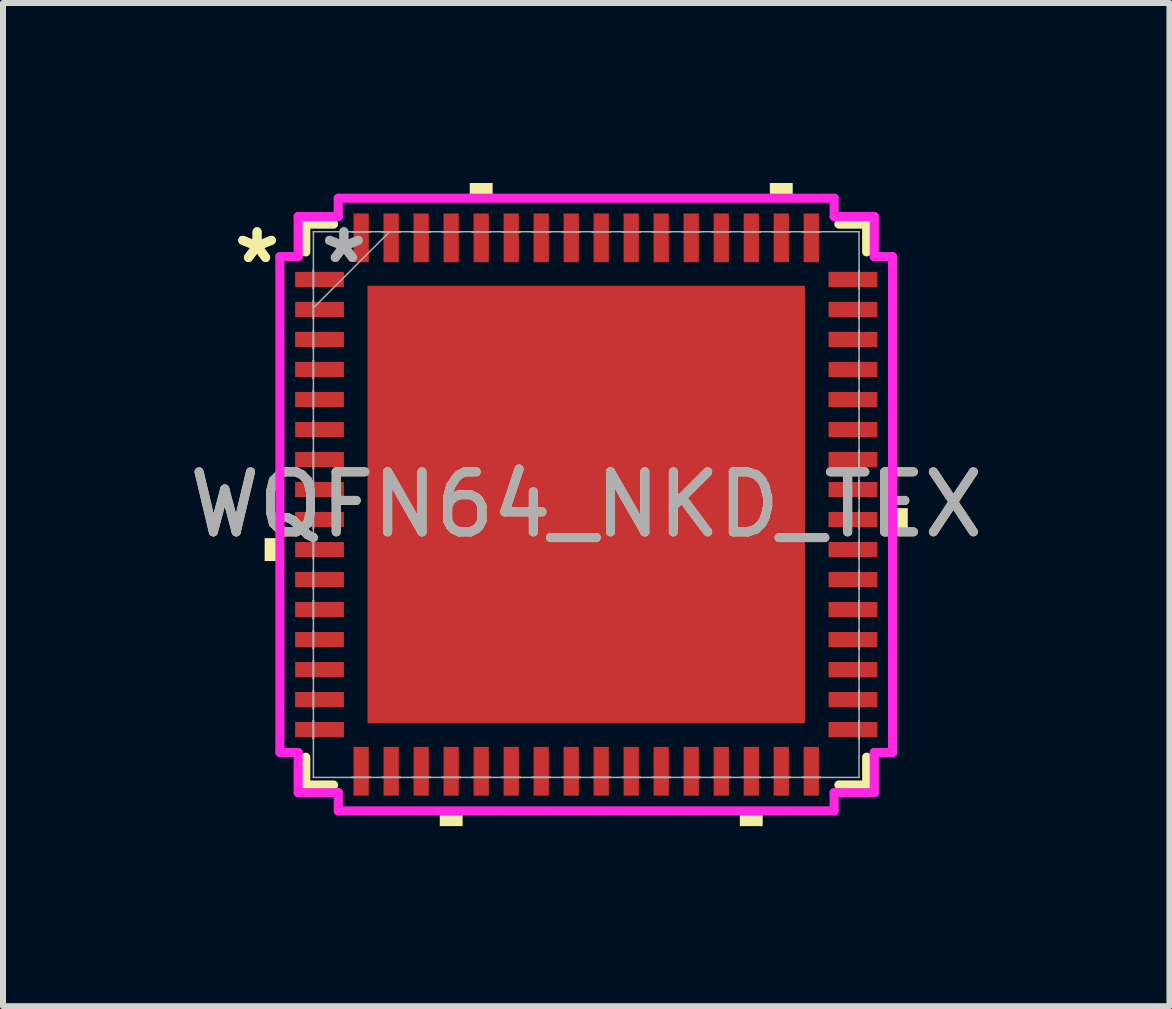
<source format=kicad_pcb>
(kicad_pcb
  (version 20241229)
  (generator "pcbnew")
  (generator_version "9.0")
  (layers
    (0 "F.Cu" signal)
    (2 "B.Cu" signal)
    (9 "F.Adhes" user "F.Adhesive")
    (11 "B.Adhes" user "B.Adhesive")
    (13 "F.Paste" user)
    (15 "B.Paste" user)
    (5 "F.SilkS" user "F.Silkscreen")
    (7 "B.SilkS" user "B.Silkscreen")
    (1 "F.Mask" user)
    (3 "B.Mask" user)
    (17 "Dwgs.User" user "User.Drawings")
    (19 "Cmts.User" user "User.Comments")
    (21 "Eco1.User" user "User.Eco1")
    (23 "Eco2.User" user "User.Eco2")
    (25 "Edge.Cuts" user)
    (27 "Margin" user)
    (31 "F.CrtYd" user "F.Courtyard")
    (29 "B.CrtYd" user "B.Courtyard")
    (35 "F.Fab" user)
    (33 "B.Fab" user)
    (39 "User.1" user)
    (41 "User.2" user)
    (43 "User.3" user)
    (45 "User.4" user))
  (footprint "WQFN64_NKD_TEX"
    (layer "F.Cu")
    (at 6.72 5.359)
    (property "Reference" "WQFN64_NKD_TEX" (at 0 0 0) (unlocked yes) (layer "F.SilkS") (effects (font (size 1 1) (thickness 0.15))))
    (attr smd)
    (fp_line (start -4.674 -4.674) (end -4.674 -4.211) (stroke (width 0.152) (type solid)) (layer "F.SilkS"))
    (fp_line (start -4.674 4.211) (end -4.674 4.674) (stroke (width 0.152) (type solid)) (layer "F.SilkS"))
    (fp_line (start -4.674 4.674) (end -4.211 4.674) (stroke (width 0.152) (type solid)) (layer "F.SilkS"))
    (fp_line (start -4.211 -4.674) (end -4.674 -4.674) (stroke (width 0.152) (type solid)) (layer "F.SilkS"))
    (fp_line (start 4.211 4.674) (end 4.674 4.674) (stroke (width 0.152) (type solid)) (layer "F.SilkS"))
    (fp_line (start 4.674 -4.674) (end 4.211 -4.674) (stroke (width 0.152) (type solid)) (layer "F.SilkS"))
    (fp_line (start 4.674 -4.211) (end 4.674 -4.674) (stroke (width 0.152) (type solid)) (layer "F.SilkS"))
    (fp_line (start 4.674 4.674) (end 4.674 4.211) (stroke (width 0.152) (type solid)) (layer "F.SilkS"))
    (fp_poly (pts (xy -5.359 0.56) (xy -5.359 0.941) (xy -5.105 0.941) (xy -5.105 0.56)) (stroke (width 0) (type solid)) (fill yes) (layer "F.SilkS"))
    (fp_poly (pts (xy -2.441 5.105) (xy -2.441 5.359) (xy -2.06 5.359) (xy -2.06 5.105)) (stroke (width 0) (type solid)) (fill yes) (layer "F.SilkS"))
    (fp_poly (pts (xy -1.941 -5.105) (xy -1.941 -5.359) (xy -1.56 -5.359) (xy -1.56 -5.105)) (stroke (width 0) (type solid)) (fill yes) (layer "F.SilkS"))
    (fp_poly (pts (xy 2.56 5.105) (xy 2.56 5.359) (xy 2.941 5.359) (xy 2.941 5.105)) (stroke (width 0) (type solid)) (fill yes) (layer "F.SilkS"))
    (fp_poly (pts (xy 3.06 -5.105) (xy 3.06 -5.359) (xy 3.441 -5.359) (xy 3.441 -5.105)) (stroke (width 0) (type solid)) (fill yes) (layer "F.SilkS"))
    (fp_poly (pts (xy 5.359 0.06) (xy 5.359 0.441) (xy 5.105 0.441) (xy 5.105 0.06)) (stroke (width 0) (type solid)) (fill yes) (layer "F.SilkS"))
    (fp_poly (pts (xy -3.545 -3.545) (xy -3.545 -2.287) (xy -2.287 -2.287) (xy -2.287 -3.545)) (stroke (width 0) (type solid)) (fill yes) (layer "F.Paste"))
    (fp_poly (pts (xy -3.545 -2.087) (xy -3.545 -0.829) (xy -2.287 -0.829) (xy -2.287 -2.087)) (stroke (width 0) (type solid)) (fill yes) (layer "F.Paste"))
    (fp_poly (pts (xy -3.545 -0.629) (xy -3.545 0.629) (xy -2.287 0.629) (xy -2.287 -0.629)) (stroke (width 0) (type solid)) (fill yes) (layer "F.Paste"))
    (fp_poly (pts (xy -3.545 0.829) (xy -3.545 2.087) (xy -2.287 2.087) (xy -2.287 0.829)) (stroke (width 0) (type solid)) (fill yes) (layer "F.Paste"))
    (fp_poly (pts (xy -3.545 2.287) (xy -3.545 3.545) (xy -2.287 3.545) (xy -2.287 2.287)) (stroke (width 0) (type solid)) (fill yes) (layer "F.Paste"))
    (fp_poly (pts (xy -2.087 -3.545) (xy -2.087 -2.287) (xy -0.829 -2.287) (xy -0.829 -3.545)) (stroke (width 0) (type solid)) (fill yes) (layer "F.Paste"))
    (fp_poly (pts (xy -2.087 -2.087) (xy -2.087 -0.829) (xy -0.829 -0.829) (xy -0.829 -2.087)) (stroke (width 0) (type solid)) (fill yes) (layer "F.Paste"))
    (fp_poly (pts (xy -2.087 -0.629) (xy -2.087 0.629) (xy -0.829 0.629) (xy -0.829 -0.629)) (stroke (width 0) (type solid)) (fill yes) (layer "F.Paste"))
    (fp_poly (pts (xy -2.087 0.829) (xy -2.087 2.087) (xy -0.829 2.087) (xy -0.829 0.829)) (stroke (width 0) (type solid)) (fill yes) (layer "F.Paste"))
    (fp_poly (pts (xy -2.087 2.287) (xy -2.087 3.545) (xy -0.829 3.545) (xy -0.829 2.287)) (stroke (width 0) (type solid)) (fill yes) (layer "F.Paste"))
    (fp_poly (pts (xy -0.629 -3.545) (xy -0.629 -2.287) (xy 0.629 -2.287) (xy 0.629 -3.545)) (stroke (width 0) (type solid)) (fill yes) (layer "F.Paste"))
    (fp_poly (pts (xy -0.629 -2.087) (xy -0.629 -0.829) (xy 0.629 -0.829) (xy 0.629 -2.087)) (stroke (width 0) (type solid)) (fill yes) (layer "F.Paste"))
    (fp_poly (pts (xy -0.629 -0.629) (xy -0.629 0.629) (xy 0.629 0.629) (xy 0.629 -0.629)) (stroke (width 0) (type solid)) (fill yes) (layer "F.Paste"))
    (fp_poly (pts (xy -0.629 0.829) (xy -0.629 2.087) (xy 0.629 2.087) (xy 0.629 0.829)) (stroke (width 0) (type solid)) (fill yes) (layer "F.Paste"))
    (fp_poly (pts (xy -0.629 2.287) (xy -0.629 3.545) (xy 0.629 3.545) (xy 0.629 2.287)) (stroke (width 0) (type solid)) (fill yes) (layer "F.Paste"))
    (fp_poly (pts (xy 0.829 -3.545) (xy 0.829 -2.287) (xy 2.087 -2.287) (xy 2.087 -3.545)) (stroke (width 0) (type solid)) (fill yes) (layer "F.Paste"))
    (fp_poly (pts (xy 0.829 -2.087) (xy 0.829 -0.829) (xy 2.087 -0.829) (xy 2.087 -2.087)) (stroke (width 0) (type solid)) (fill yes) (layer "F.Paste"))
    (fp_poly (pts (xy 0.829 -0.629) (xy 0.829 0.629) (xy 2.087 0.629) (xy 2.087 -0.629)) (stroke (width 0) (type solid)) (fill yes) (layer "F.Paste"))
    (fp_poly (pts (xy 0.829 0.829) (xy 0.829 2.087) (xy 2.087 2.087) (xy 2.087 0.829)) (stroke (width 0) (type solid)) (fill yes) (layer "F.Paste"))
    (fp_poly (pts (xy 0.829 2.287) (xy 0.829 3.545) (xy 2.087 3.545) (xy 2.087 2.287)) (stroke (width 0) (type solid)) (fill yes) (layer "F.Paste"))
    (fp_poly (pts (xy 2.287 -3.545) (xy 2.287 -2.287) (xy 3.545 -2.287) (xy 3.545 -3.545)) (stroke (width 0) (type solid)) (fill yes) (layer "F.Paste"))
    (fp_poly (pts (xy 2.287 -2.087) (xy 2.287 -0.829) (xy 3.545 -0.829) (xy 3.545 -2.087)) (stroke (width 0) (type solid)) (fill yes) (layer "F.Paste"))
    (fp_poly (pts (xy 2.287 -0.629) (xy 2.287 0.629) (xy 3.545 0.629) (xy 3.545 -0.629)) (stroke (width 0) (type solid)) (fill yes) (layer "F.Paste"))
    (fp_poly (pts (xy 2.287 0.829) (xy 2.287 2.087) (xy 3.545 2.087) (xy 3.545 0.829)) (stroke (width 0) (type solid)) (fill yes) (layer "F.Paste"))
    (fp_poly (pts (xy 2.287 2.287) (xy 2.287 3.545) (xy 3.545 3.545) (xy 3.545 2.287)) (stroke (width 0) (type solid)) (fill yes) (layer "F.Paste"))
    (fp_line (start -5.105 -4.132) (end -4.801 -4.132) (stroke (width 0.152) (type solid)) (layer "F.CrtYd"))
    (fp_line (start -5.105 4.132) (end -5.105 -4.132) (stroke (width 0.152) (type solid)) (layer "F.CrtYd"))
    (fp_line (start -4.801 -4.801) (end -4.132 -4.801) (stroke (width 0.152) (type solid)) (layer "F.CrtYd"))
    (fp_line (start -4.801 -4.132) (end -4.801 -4.801) (stroke (width 0.152) (type solid)) (layer "F.CrtYd"))
    (fp_line (start -4.801 4.132) (end -5.105 4.132) (stroke (width 0.152) (type solid)) (layer "F.CrtYd"))
    (fp_line (start -4.801 4.801) (end -4.801 4.132) (stroke (width 0.152) (type solid)) (layer "F.CrtYd"))
    (fp_line (start -4.132 -5.105) (end 4.132 -5.105) (stroke (width 0.152) (type solid)) (layer "F.CrtYd"))
    (fp_line (start -4.132 -4.801) (end -4.132 -5.105) (stroke (width 0.152) (type solid)) (layer "F.CrtYd"))
    (fp_line (start -4.132 4.801) (end -4.801 4.801) (stroke (width 0.152) (type solid)) (layer "F.CrtYd"))
    (fp_line (start -4.132 5.105) (end -4.132 4.801) (stroke (width 0.152) (type solid)) (layer "F.CrtYd"))
    (fp_line (start 4.132 -5.105) (end 4.132 -4.801) (stroke (width 0.152) (type solid)) (layer "F.CrtYd"))
    (fp_line (start 4.132 -4.801) (end 4.801 -4.801) (stroke (width 0.152) (type solid)) (layer "F.CrtYd"))
    (fp_line (start 4.132 4.801) (end 4.132 5.105) (stroke (width 0.152) (type solid)) (layer "F.CrtYd"))
    (fp_line (start 4.132 5.105) (end -4.132 5.105) (stroke (width 0.152) (type solid)) (layer "F.CrtYd"))
    (fp_line (start 4.801 -4.801) (end 4.801 -4.132) (stroke (width 0.152) (type solid)) (layer "F.CrtYd"))
    (fp_line (start 4.801 -4.132) (end 5.105 -4.132) (stroke (width 0.152) (type solid)) (layer "F.CrtYd"))
    (fp_line (start 4.801 4.132) (end 4.801 4.801) (stroke (width 0.152) (type solid)) (layer "F.CrtYd"))
    (fp_line (start 4.801 4.801) (end 4.132 4.801) (stroke (width 0.152) (type solid)) (layer "F.CrtYd"))
    (fp_line (start 5.105 -4.132) (end 5.105 4.132) (stroke (width 0.152) (type solid)) (layer "F.CrtYd"))
    (fp_line (start 5.105 4.132) (end 4.801 4.132) (stroke (width 0.152) (type solid)) (layer "F.CrtYd"))
    (fp_line (start -4.547 -4.547) (end -4.547 -4.547) (stroke (width 0.025) (type solid)) (layer "F.Fab"))
    (fp_line (start -4.547 -4.547) (end -4.547 4.547) (stroke (width 0.025) (type solid)) (layer "F.Fab"))
    (fp_line (start -4.547 -3.903) (end -4.547 -3.903) (stroke (width 0.025) (type solid)) (layer "F.Fab"))
    (fp_line (start -4.547 -3.903) (end -4.547 -3.599) (stroke (width 0.025) (type solid)) (layer "F.Fab"))
    (fp_line (start -4.547 -3.599) (end -4.547 -3.903) (stroke (width 0.025) (type solid)) (layer "F.Fab"))
    (fp_line (start -4.547 -3.599) (end -4.547 -3.599) (stroke (width 0.025) (type solid)) (layer "F.Fab"))
    (fp_line (start -4.547 -3.403) (end -4.547 -3.403) (stroke (width 0.025) (type solid)) (layer "F.Fab"))
    (fp_line (start -4.547 -3.403) (end -4.547 -3.098) (stroke (width 0.025) (type solid)) (layer "F.Fab"))
    (fp_line (start -4.547 -3.277) (end -3.277 -4.547) (stroke (width 0.025) (type solid)) (layer "F.Fab"))
    (fp_line (start -4.547 -3.098) (end -4.547 -3.403) (stroke (width 0.025) (type solid)) (layer "F.Fab"))
    (fp_line (start -4.547 -3.098) (end -4.547 -3.098) (stroke (width 0.025) (type solid)) (layer "F.Fab"))
    (fp_line (start -4.547 -2.903) (end -4.547 -2.903) (stroke (width 0.025) (type solid)) (layer "F.Fab"))
    (fp_line (start -4.547 -2.903) (end -4.547 -2.598) (stroke (width 0.025) (type solid)) (layer "F.Fab"))
    (fp_line (start -4.547 -2.598) (end -4.547 -2.903) (stroke (width 0.025) (type solid)) (layer "F.Fab"))
    (fp_line (start -4.547 -2.598) (end -4.547 -2.598) (stroke (width 0.025) (type solid)) (layer "F.Fab"))
    (fp_line (start -4.547 -2.403) (end -4.547 -2.403) (stroke (width 0.025) (type solid)) (layer "F.Fab"))
    (fp_line (start -4.547 -2.403) (end -4.547 -2.098) (stroke (width 0.025) (type solid)) (layer "F.Fab"))
    (fp_line (start -4.547 -2.098) (end -4.547 -2.403) (stroke (width 0.025) (type solid)) (layer "F.Fab"))
    (fp_line (start -4.547 -2.098) (end -4.547 -2.098) (stroke (width 0.025) (type solid)) (layer "F.Fab"))
    (fp_line (start -4.547 -1.903) (end -4.547 -1.903) (stroke (width 0.025) (type solid)) (layer "F.Fab"))
    (fp_line (start -4.547 -1.903) (end -4.547 -1.598) (stroke (width 0.025) (type solid)) (layer "F.Fab"))
    (fp_line (start -4.547 -1.598) (end -4.547 -1.903) (stroke (width 0.025) (type solid)) (layer "F.Fab"))
    (fp_line (start -4.547 -1.598) (end -4.547 -1.598) (stroke (width 0.025) (type solid)) (layer "F.Fab"))
    (fp_line (start -4.547 -1.403) (end -4.547 -1.403) (stroke (width 0.025) (type solid)) (layer "F.Fab"))
    (fp_line (start -4.547 -1.403) (end -4.547 -1.098) (stroke (width 0.025) (type solid)) (layer "F.Fab"))
    (fp_line (start -4.547 -1.098) (end -4.547 -1.403) (stroke (width 0.025) (type solid)) (layer "F.Fab"))
    (fp_line (start -4.547 -1.098) (end -4.547 -1.098) (stroke (width 0.025) (type solid)) (layer "F.Fab"))
    (fp_line (start -4.547 -0.903) (end -4.547 -0.903) (stroke (width 0.025) (type solid)) (layer "F.Fab"))
    (fp_line (start -4.547 -0.903) (end -4.547 -0.598) (stroke (width 0.025) (type solid)) (layer "F.Fab"))
    (fp_line (start -4.547 -0.598) (end -4.547 -0.903) (stroke (width 0.025) (type solid)) (layer "F.Fab"))
    (fp_line (start -4.547 -0.598) (end -4.547 -0.598) (stroke (width 0.025) (type solid)) (layer "F.Fab"))
    (fp_line (start -4.547 -0.402) (end -4.547 -0.402) (stroke (width 0.025) (type solid)) (layer "F.Fab"))
    (fp_line (start -4.547 -0.402) (end -4.547 -0.098) (stroke (width 0.025) (type solid)) (layer "F.Fab"))
    (fp_line (start -4.547 -0.098) (end -4.547 -0.402) (stroke (width 0.025) (type solid)) (layer "F.Fab"))
    (fp_line (start -4.547 -0.098) (end -4.547 -0.098) (stroke (width 0.025) (type solid)) (layer "F.Fab"))
    (fp_line (start -4.547 0.098) (end -4.547 0.098) (stroke (width 0.025) (type solid)) (layer "F.Fab"))
    (fp_line (start -4.547 0.098) (end -4.547 0.402) (stroke (width 0.025) (type solid)) (layer "F.Fab"))
    (fp_line (start -4.547 0.402) (end -4.547 0.098) (stroke (width 0.025) (type solid)) (layer "F.Fab"))
    (fp_line (start -4.547 0.402) (end -4.547 0.402) (stroke (width 0.025) (type solid)) (layer "F.Fab"))
    (fp_line (start -4.547 0.598) (end -4.547 0.598) (stroke (width 0.025) (type solid)) (layer "F.Fab"))
    (fp_line (start -4.547 0.598) (end -4.547 0.903) (stroke (width 0.025) (type solid)) (layer "F.Fab"))
    (fp_line (start -4.547 0.903) (end -4.547 0.598) (stroke (width 0.025) (type solid)) (layer "F.Fab"))
    (fp_line (start -4.547 0.903) (end -4.547 0.903) (stroke (width 0.025) (type solid)) (layer "F.Fab"))
    (fp_line (start -4.547 1.098) (end -4.547 1.098) (stroke (width 0.025) (type solid)) (layer "F.Fab"))
    (fp_line (start -4.547 1.098) (end -4.547 1.403) (stroke (width 0.025) (type solid)) (layer "F.Fab"))
    (fp_line (start -4.547 1.403) (end -4.547 1.098) (stroke (width 0.025) (type solid)) (layer "F.Fab"))
    (fp_line (start -4.547 1.403) (end -4.547 1.403) (stroke (width 0.025) (type solid)) (layer "F.Fab"))
    (fp_line (start -4.547 1.598) (end -4.547 1.598) (stroke (width 0.025) (type solid)) (layer "F.Fab"))
    (fp_line (start -4.547 1.598) (end -4.547 1.903) (stroke (width 0.025) (type solid)) (layer "F.Fab"))
    (fp_line (start -4.547 1.903) (end -4.547 1.598) (stroke (width 0.025) (type solid)) (layer "F.Fab"))
    (fp_line (start -4.547 1.903) (end -4.547 1.903) (stroke (width 0.025) (type solid)) (layer "F.Fab"))
    (fp_line (start -4.547 2.098) (end -4.547 2.098) (stroke (width 0.025) (type solid)) (layer "F.Fab"))
    (fp_line (start -4.547 2.098) (end -4.547 2.403) (stroke (width 0.025) (type solid)) (layer "F.Fab"))
    (fp_line (start -4.547 2.403) (end -4.547 2.098) (stroke (width 0.025) (type solid)) (layer "F.Fab"))
    (fp_line (start -4.547 2.403) (end -4.547 2.403) (stroke (width 0.025) (type solid)) (layer "F.Fab"))
    (fp_line (start -4.547 2.598) (end -4.547 2.598) (stroke (width 0.025) (type solid)) (layer "F.Fab"))
    (fp_line (start -4.547 2.598) (end -4.547 2.903) (stroke (width 0.025) (type solid)) (layer "F.Fab"))
    (fp_line (start -4.547 2.903) (end -4.547 2.598) (stroke (width 0.025) (type solid)) (layer "F.Fab"))
    (fp_line (start -4.547 2.903) (end -4.547 2.903) (stroke (width 0.025) (type solid)) (layer "F.Fab"))
    (fp_line (start -4.547 3.098) (end -4.547 3.098) (stroke (width 0.025) (type solid)) (layer "F.Fab"))
    (fp_line (start -4.547 3.098) (end -4.547 3.403) (stroke (width 0.025) (type solid)) (layer "F.Fab"))
    (fp_line (start -4.547 3.403) (end -4.547 3.098) (stroke (width 0.025) (type solid)) (layer "F.Fab"))
    (fp_line (start -4.547 3.403) (end -4.547 3.403) (stroke (width 0.025) (type solid)) (layer "F.Fab"))
    (fp_line (start -4.547 3.599) (end -4.547 3.599) (stroke (width 0.025) (type solid)) (layer "F.Fab"))
    (fp_line (start -4.547 3.599) (end -4.547 3.903) (stroke (width 0.025) (type solid)) (layer "F.Fab"))
    (fp_line (start -4.547 3.903) (end -4.547 3.599) (stroke (width 0.025) (type solid)) (layer "F.Fab"))
    (fp_line (start -4.547 3.903) (end -4.547 3.903) (stroke (width 0.025) (type solid)) (layer "F.Fab"))
    (fp_line (start -4.547 4.547) (end -4.547 4.547) (stroke (width 0.025) (type solid)) (layer "F.Fab"))
    (fp_line (start -4.547 4.547) (end 4.547 4.547) (stroke (width 0.025) (type solid)) (layer "F.Fab"))
    (fp_line (start -3.903 -4.547) (end -3.903 -4.547) (stroke (width 0.025) (type solid)) (layer "F.Fab"))
    (fp_line (start -3.903 -4.547) (end -3.599 -4.547) (stroke (width 0.025) (type solid)) (layer "F.Fab"))
    (fp_line (start -3.903 4.547) (end -3.903 4.547) (stroke (width 0.025) (type solid)) (layer "F.Fab"))
    (fp_line (start -3.903 4.547) (end -3.599 4.547) (stroke (width 0.025) (type solid)) (layer "F.Fab"))
    (fp_line (start -3.599 -4.547) (end -3.903 -4.547) (stroke (width 0.025) (type solid)) (layer "F.Fab"))
    (fp_line (start -3.599 -4.547) (end -3.599 -4.547) (stroke (width 0.025) (type solid)) (layer "F.Fab"))
    (fp_line (start -3.599 4.547) (end -3.903 4.547) (stroke (width 0.025) (type solid)) (layer "F.Fab"))
    (fp_line (start -3.599 4.547) (end -3.599 4.547) (stroke (width 0.025) (type solid)) (layer "F.Fab"))
    (fp_line (start -3.403 -4.547) (end -3.403 -4.547) (stroke (width 0.025) (type solid)) (layer "F.Fab"))
    (fp_line (start -3.403 -4.547) (end -3.098 -4.547) (stroke (width 0.025) (type solid)) (layer "F.Fab"))
    (fp_line (start -3.403 4.547) (end -3.403 4.547) (stroke (width 0.025) (type solid)) (layer "F.Fab"))
    (fp_line (start -3.403 4.547) (end -3.098 4.547) (stroke (width 0.025) (type solid)) (layer "F.Fab"))
    (fp_line (start -3.098 -4.547) (end -3.403 -4.547) (stroke (width 0.025) (type solid)) (layer "F.Fab"))
    (fp_line (start -3.098 -4.547) (end -3.098 -4.547) (stroke (width 0.025) (type solid)) (layer "F.Fab"))
    (fp_line (start -3.098 4.547) (end -3.403 4.547) (stroke (width 0.025) (type solid)) (layer "F.Fab"))
    (fp_line (start -3.098 4.547) (end -3.098 4.547) (stroke (width 0.025) (type solid)) (layer "F.Fab"))
    (fp_line (start -2.903 -4.547) (end -2.903 -4.547) (stroke (width 0.025) (type solid)) (layer "F.Fab"))
    (fp_line (start -2.903 -4.547) (end -2.598 -4.547) (stroke (width 0.025) (type solid)) (layer "F.Fab"))
    (fp_line (start -2.903 4.547) (end -2.903 4.547) (stroke (width 0.025) (type solid)) (layer "F.Fab"))
    (fp_line (start -2.903 4.547) (end -2.598 4.547) (stroke (width 0.025) (type solid)) (layer "F.Fab"))
    (fp_line (start -2.598 -4.547) (end -2.903 -4.547) (stroke (width 0.025) (type solid)) (layer "F.Fab"))
    (fp_line (start -2.598 -4.547) (end -2.598 -4.547) (stroke (width 0.025) (type solid)) (layer "F.Fab"))
    (fp_line (start -2.598 4.547) (end -2.903 4.547) (stroke (width 0.025) (type solid)) (layer "F.Fab"))
    (fp_line (start -2.598 4.547) (end -2.598 4.547) (stroke (width 0.025) (type solid)) (layer "F.Fab"))
    (fp_line (start -2.403 -4.547) (end -2.403 -4.547) (stroke (width 0.025) (type solid)) (layer "F.Fab"))
    (fp_line (start -2.403 -4.547) (end -2.098 -4.547) (stroke (width 0.025) (type solid)) (layer "F.Fab"))
    (fp_line (start -2.403 4.547) (end -2.403 4.547) (stroke (width 0.025) (type solid)) (layer "F.Fab"))
    (fp_line (start -2.403 4.547) (end -2.098 4.547) (stroke (width 0.025) (type solid)) (layer "F.Fab"))
    (fp_line (start -2.098 -4.547) (end -2.403 -4.547) (stroke (width 0.025) (type solid)) (layer "F.Fab"))
    (fp_line (start -2.098 -4.547) (end -2.098 -4.547) (stroke (width 0.025) (type solid)) (layer "F.Fab"))
    (fp_line (start -2.098 4.547) (end -2.403 4.547) (stroke (width 0.025) (type solid)) (layer "F.Fab"))
    (fp_line (start -2.098 4.547) (end -2.098 4.547) (stroke (width 0.025) (type solid)) (layer "F.Fab"))
    (fp_line (start -1.903 -4.547) (end -1.903 -4.547) (stroke (width 0.025) (type solid)) (layer "F.Fab"))
    (fp_line (start -1.903 -4.547) (end -1.598 -4.547) (stroke (width 0.025) (type solid)) (layer "F.Fab"))
    (fp_line (start -1.903 4.547) (end -1.903 4.547) (stroke (width 0.025) (type solid)) (layer "F.Fab"))
    (fp_line (start -1.903 4.547) (end -1.598 4.547) (stroke (width 0.025) (type solid)) (layer "F.Fab"))
    (fp_line (start -1.598 -4.547) (end -1.903 -4.547) (stroke (width 0.025) (type solid)) (layer "F.Fab"))
    (fp_line (start -1.598 -4.547) (end -1.598 -4.547) (stroke (width 0.025) (type solid)) (layer "F.Fab"))
    (fp_line (start -1.598 4.547) (end -1.903 4.547) (stroke (width 0.025) (type solid)) (layer "F.Fab"))
    (fp_line (start -1.598 4.547) (end -1.598 4.547) (stroke (width 0.025) (type solid)) (layer "F.Fab"))
    (fp_line (start -1.403 -4.547) (end -1.403 -4.547) (stroke (width 0.025) (type solid)) (layer "F.Fab"))
    (fp_line (start -1.403 -4.547) (end -1.098 -4.547) (stroke (width 0.025) (type solid)) (layer "F.Fab"))
    (fp_line (start -1.403 4.547) (end -1.403 4.547) (stroke (width 0.025) (type solid)) (layer "F.Fab"))
    (fp_line (start -1.403 4.547) (end -1.098 4.547) (stroke (width 0.025) (type solid)) (layer "F.Fab"))
    (fp_line (start -1.098 -4.547) (end -1.403 -4.547) (stroke (width 0.025) (type solid)) (layer "F.Fab"))
    (fp_line (start -1.098 -4.547) (end -1.098 -4.547) (stroke (width 0.025) (type solid)) (layer "F.Fab"))
    (fp_line (start -1.098 4.547) (end -1.403 4.547) (stroke (width 0.025) (type solid)) (layer "F.Fab"))
    (fp_line (start -1.098 4.547) (end -1.098 4.547) (stroke (width 0.025) (type solid)) (layer "F.Fab"))
    (fp_line (start -0.903 -4.547) (end -0.903 -4.547) (stroke (width 0.025) (type solid)) (layer "F.Fab"))
    (fp_line (start -0.903 -4.547) (end -0.598 -4.547) (stroke (width 0.025) (type solid)) (layer "F.Fab"))
    (fp_line (start -0.903 4.547) (end -0.903 4.547) (stroke (width 0.025) (type solid)) (layer "F.Fab"))
    (fp_line (start -0.903 4.547) (end -0.598 4.547) (stroke (width 0.025) (type solid)) (layer "F.Fab"))
    (fp_line (start -0.598 -4.547) (end -0.903 -4.547) (stroke (width 0.025) (type solid)) (layer "F.Fab"))
    (fp_line (start -0.598 -4.547) (end -0.598 -4.547) (stroke (width 0.025) (type solid)) (layer "F.Fab"))
    (fp_line (start -0.598 4.547) (end -0.903 4.547) (stroke (width 0.025) (type solid)) (layer "F.Fab"))
    (fp_line (start -0.598 4.547) (end -0.598 4.547) (stroke (width 0.025) (type solid)) (layer "F.Fab"))
    (fp_line (start -0.402 -4.547) (end -0.402 -4.547) (stroke (width 0.025) (type solid)) (layer "F.Fab"))
    (fp_line (start -0.402 -4.547) (end -0.098 -4.547) (stroke (width 0.025) (type solid)) (layer "F.Fab"))
    (fp_line (start -0.402 4.547) (end -0.402 4.547) (stroke (width 0.025) (type solid)) (layer "F.Fab"))
    (fp_line (start -0.402 4.547) (end -0.098 4.547) (stroke (width 0.025) (type solid)) (layer "F.Fab"))
    (fp_line (start -0.098 -4.547) (end -0.402 -4.547) (stroke (width 0.025) (type solid)) (layer "F.Fab"))
    (fp_line (start -0.098 -4.547) (end -0.098 -4.547) (stroke (width 0.025) (type solid)) (layer "F.Fab"))
    (fp_line (start -0.098 4.547) (end -0.402 4.547) (stroke (width 0.025) (type solid)) (layer "F.Fab"))
    (fp_line (start -0.098 4.547) (end -0.098 4.547) (stroke (width 0.025) (type solid)) (layer "F.Fab"))
    (fp_line (start 0.098 -4.547) (end 0.098 -4.547) (stroke (width 0.025) (type solid)) (layer "F.Fab"))
    (fp_line (start 0.098 -4.547) (end 0.402 -4.547) (stroke (width 0.025) (type solid)) (layer "F.Fab"))
    (fp_line (start 0.098 4.547) (end 0.098 4.547) (stroke (width 0.025) (type solid)) (layer "F.Fab"))
    (fp_line (start 0.098 4.547) (end 0.402 4.547) (stroke (width 0.025) (type solid)) (layer "F.Fab"))
    (fp_line (start 0.402 -4.547) (end 0.098 -4.547) (stroke (width 0.025) (type solid)) (layer "F.Fab"))
    (fp_line (start 0.402 -4.547) (end 0.402 -4.547) (stroke (width 0.025) (type solid)) (layer "F.Fab"))
    (fp_line (start 0.402 4.547) (end 0.098 4.547) (stroke (width 0.025) (type solid)) (layer "F.Fab"))
    (fp_line (start 0.402 4.547) (end 0.402 4.547) (stroke (width 0.025) (type solid)) (layer "F.Fab"))
    (fp_line (start 0.598 -4.547) (end 0.598 -4.547) (stroke (width 0.025) (type solid)) (layer "F.Fab"))
    (fp_line (start 0.598 -4.547) (end 0.903 -4.547) (stroke (width 0.025) (type solid)) (layer "F.Fab"))
    (fp_line (start 0.598 4.547) (end 0.598 4.547) (stroke (width 0.025) (type solid)) (layer "F.Fab"))
    (fp_line (start 0.598 4.547) (end 0.903 4.547) (stroke (width 0.025) (type solid)) (layer "F.Fab"))
    (fp_line (start 0.903 -4.547) (end 0.598 -4.547) (stroke (width 0.025) (type solid)) (layer "F.Fab"))
    (fp_line (start 0.903 -4.547) (end 0.903 -4.547) (stroke (width 0.025) (type solid)) (layer "F.Fab"))
    (fp_line (start 0.903 4.547) (end 0.598 4.547) (stroke (width 0.025) (type solid)) (layer "F.Fab"))
    (fp_line (start 0.903 4.547) (end 0.903 4.547) (stroke (width 0.025) (type solid)) (layer "F.Fab"))
    (fp_line (start 1.098 -4.547) (end 1.098 -4.547) (stroke (width 0.025) (type solid)) (layer "F.Fab"))
    (fp_line (start 1.098 -4.547) (end 1.403 -4.547) (stroke (width 0.025) (type solid)) (layer "F.Fab"))
    (fp_line (start 1.098 4.547) (end 1.098 4.547) (stroke (width 0.025) (type solid)) (layer "F.Fab"))
    (fp_line (start 1.098 4.547) (end 1.403 4.547) (stroke (width 0.025) (type solid)) (layer "F.Fab"))
    (fp_line (start 1.403 -4.547) (end 1.098 -4.547) (stroke (width 0.025) (type solid)) (layer "F.Fab"))
    (fp_line (start 1.403 -4.547) (end 1.403 -4.547) (stroke (width 0.025) (type solid)) (layer "F.Fab"))
    (fp_line (start 1.403 4.547) (end 1.098 4.547) (stroke (width 0.025) (type solid)) (layer "F.Fab"))
    (fp_line (start 1.403 4.547) (end 1.403 4.547) (stroke (width 0.025) (type solid)) (layer "F.Fab"))
    (fp_line (start 1.598 -4.547) (end 1.598 -4.547) (stroke (width 0.025) (type solid)) (layer "F.Fab"))
    (fp_line (start 1.598 -4.547) (end 1.903 -4.547) (stroke (width 0.025) (type solid)) (layer "F.Fab"))
    (fp_line (start 1.598 4.547) (end 1.598 4.547) (stroke (width 0.025) (type solid)) (layer "F.Fab"))
    (fp_line (start 1.598 4.547) (end 1.903 4.547) (stroke (width 0.025) (type solid)) (layer "F.Fab"))
    (fp_line (start 1.903 -4.547) (end 1.598 -4.547) (stroke (width 0.025) (type solid)) (layer "F.Fab"))
    (fp_line (start 1.903 -4.547) (end 1.903 -4.547) (stroke (width 0.025) (type solid)) (layer "F.Fab"))
    (fp_line (start 1.903 4.547) (end 1.598 4.547) (stroke (width 0.025) (type solid)) (layer "F.Fab"))
    (fp_line (start 1.903 4.547) (end 1.903 4.547) (stroke (width 0.025) (type solid)) (layer "F.Fab"))
    (fp_line (start 2.098 -4.547) (end 2.098 -4.547) (stroke (width 0.025) (type solid)) (layer "F.Fab"))
    (fp_line (start 2.098 -4.547) (end 2.403 -4.547) (stroke (width 0.025) (type solid)) (layer "F.Fab"))
    (fp_line (start 2.098 4.547) (end 2.098 4.547) (stroke (width 0.025) (type solid)) (layer "F.Fab"))
    (fp_line (start 2.098 4.547) (end 2.403 4.547) (stroke (width 0.025) (type solid)) (layer "F.Fab"))
    (fp_line (start 2.403 -4.547) (end 2.098 -4.547) (stroke (width 0.025) (type solid)) (layer "F.Fab"))
    (fp_line (start 2.403 -4.547) (end 2.403 -4.547) (stroke (width 0.025) (type solid)) (layer "F.Fab"))
    (fp_line (start 2.403 4.547) (end 2.098 4.547) (stroke (width 0.025) (type solid)) (layer "F.Fab"))
    (fp_line (start 2.403 4.547) (end 2.403 4.547) (stroke (width 0.025) (type solid)) (layer "F.Fab"))
    (fp_line (start 2.598 -4.547) (end 2.598 -4.547) (stroke (width 0.025) (type solid)) (layer "F.Fab"))
    (fp_line (start 2.598 -4.547) (end 2.903 -4.547) (stroke (width 0.025) (type solid)) (layer "F.Fab"))
    (fp_line (start 2.598 4.547) (end 2.598 4.547) (stroke (width 0.025) (type solid)) (layer "F.Fab"))
    (fp_line (start 2.598 4.547) (end 2.903 4.547) (stroke (width 0.025) (type solid)) (layer "F.Fab"))
    (fp_line (start 2.903 -4.547) (end 2.598 -4.547) (stroke (width 0.025) (type solid)) (layer "F.Fab"))
    (fp_line (start 2.903 -4.547) (end 2.903 -4.547) (stroke (width 0.025) (type solid)) (layer "F.Fab"))
    (fp_line (start 2.903 4.547) (end 2.598 4.547) (stroke (width 0.025) (type solid)) (layer "F.Fab"))
    (fp_line (start 2.903 4.547) (end 2.903 4.547) (stroke (width 0.025) (type solid)) (layer "F.Fab"))
    (fp_line (start 3.098 -4.547) (end 3.098 -4.547) (stroke (width 0.025) (type solid)) (layer "F.Fab"))
    (fp_line (start 3.098 -4.547) (end 3.403 -4.547) (stroke (width 0.025) (type solid)) (layer "F.Fab"))
    (fp_line (start 3.098 4.547) (end 3.098 4.547) (stroke (width 0.025) (type solid)) (layer "F.Fab"))
    (fp_line (start 3.098 4.547) (end 3.403 4.547) (stroke (width 0.025) (type solid)) (layer "F.Fab"))
    (fp_line (start 3.403 -4.547) (end 3.098 -4.547) (stroke (width 0.025) (type solid)) (layer "F.Fab"))
    (fp_line (start 3.403 -4.547) (end 3.403 -4.547) (stroke (width 0.025) (type solid)) (layer "F.Fab"))
    (fp_line (start 3.403 4.547) (end 3.098 4.547) (stroke (width 0.025) (type solid)) (layer "F.Fab"))
    (fp_line (start 3.403 4.547) (end 3.403 4.547) (stroke (width 0.025) (type solid)) (layer "F.Fab"))
    (fp_line (start 3.599 -4.547) (end 3.599 -4.547) (stroke (width 0.025) (type solid)) (layer "F.Fab"))
    (fp_line (start 3.599 -4.547) (end 3.903 -4.547) (stroke (width 0.025) (type solid)) (layer "F.Fab"))
    (fp_line (start 3.599 4.547) (end 3.599 4.547) (stroke (width 0.025) (type solid)) (layer "F.Fab"))
    (fp_line (start 3.599 4.547) (end 3.903 4.547) (stroke (width 0.025) (type solid)) (layer "F.Fab"))
    (fp_line (start 3.903 -4.547) (end 3.599 -4.547) (stroke (width 0.025) (type solid)) (layer "F.Fab"))
    (fp_line (start 3.903 -4.547) (end 3.903 -4.547) (stroke (width 0.025) (type solid)) (layer "F.Fab"))
    (fp_line (start 3.903 4.547) (end 3.599 4.547) (stroke (width 0.025) (type solid)) (layer "F.Fab"))
    (fp_line (start 3.903 4.547) (end 3.903 4.547) (stroke (width 0.025) (type solid)) (layer "F.Fab"))
    (fp_line (start 4.547 -4.547) (end -4.547 -4.547) (stroke (width 0.025) (type solid)) (layer "F.Fab"))
    (fp_line (start 4.547 -4.547) (end 4.547 -4.547) (stroke (width 0.025) (type solid)) (layer "F.Fab"))
    (fp_line (start 4.547 -3.903) (end 4.547 -3.903) (stroke (width 0.025) (type solid)) (layer "F.Fab"))
    (fp_line (start 4.547 -3.903) (end 4.547 -3.599) (stroke (width 0.025) (type solid)) (layer "F.Fab"))
    (fp_line (start 4.547 -3.599) (end 4.547 -3.903) (stroke (width 0.025) (type solid)) (layer "F.Fab"))
    (fp_line (start 4.547 -3.599) (end 4.547 -3.599) (stroke (width 0.025) (type solid)) (layer "F.Fab"))
    (fp_line (start 4.547 -3.403) (end 4.547 -3.403) (stroke (width 0.025) (type solid)) (layer "F.Fab"))
    (fp_line (start 4.547 -3.403) (end 4.547 -3.098) (stroke (width 0.025) (type solid)) (layer "F.Fab"))
    (fp_line (start 4.547 -3.098) (end 4.547 -3.403) (stroke (width 0.025) (type solid)) (layer "F.Fab"))
    (fp_line (start 4.547 -3.098) (end 4.547 -3.098) (stroke (width 0.025) (type solid)) (layer "F.Fab"))
    (fp_line (start 4.547 -2.903) (end 4.547 -2.903) (stroke (width 0.025) (type solid)) (layer "F.Fab"))
    (fp_line (start 4.547 -2.903) (end 4.547 -2.598) (stroke (width 0.025) (type solid)) (layer "F.Fab"))
    (fp_line (start 4.547 -2.598) (end 4.547 -2.903) (stroke (width 0.025) (type solid)) (layer "F.Fab"))
    (fp_line (start 4.547 -2.598) (end 4.547 -2.598) (stroke (width 0.025) (type solid)) (layer "F.Fab"))
    (fp_line (start 4.547 -2.403) (end 4.547 -2.403) (stroke (width 0.025) (type solid)) (layer "F.Fab"))
    (fp_line (start 4.547 -2.403) (end 4.547 -2.098) (stroke (width 0.025) (type solid)) (layer "F.Fab"))
    (fp_line (start 4.547 -2.098) (end 4.547 -2.403) (stroke (width 0.025) (type solid)) (layer "F.Fab"))
    (fp_line (start 4.547 -2.098) (end 4.547 -2.098) (stroke (width 0.025) (type solid)) (layer "F.Fab"))
    (fp_line (start 4.547 -1.903) (end 4.547 -1.903) (stroke (width 0.025) (type solid)) (layer "F.Fab"))
    (fp_line (start 4.547 -1.903) (end 4.547 -1.598) (stroke (width 0.025) (type solid)) (layer "F.Fab"))
    (fp_line (start 4.547 -1.598) (end 4.547 -1.903) (stroke (width 0.025) (type solid)) (layer "F.Fab"))
    (fp_line (start 4.547 -1.598) (end 4.547 -1.598) (stroke (width 0.025) (type solid)) (layer "F.Fab"))
    (fp_line (start 4.547 -1.403) (end 4.547 -1.403) (stroke (width 0.025) (type solid)) (layer "F.Fab"))
    (fp_line (start 4.547 -1.403) (end 4.547 -1.098) (stroke (width 0.025) (type solid)) (layer "F.Fab"))
    (fp_line (start 4.547 -1.098) (end 4.547 -1.403) (stroke (width 0.025) (type solid)) (layer "F.Fab"))
    (fp_line (start 4.547 -1.098) (end 4.547 -1.098) (stroke (width 0.025) (type solid)) (layer "F.Fab"))
    (fp_line (start 4.547 -0.903) (end 4.547 -0.903) (stroke (width 0.025) (type solid)) (layer "F.Fab"))
    (fp_line (start 4.547 -0.903) (end 4.547 -0.598) (stroke (width 0.025) (type solid)) (layer "F.Fab"))
    (fp_line (start 4.547 -0.598) (end 4.547 -0.903) (stroke (width 0.025) (type solid)) (layer "F.Fab"))
    (fp_line (start 4.547 -0.598) (end 4.547 -0.598) (stroke (width 0.025) (type solid)) (layer "F.Fab"))
    (fp_line (start 4.547 -0.402) (end 4.547 -0.402) (stroke (width 0.025) (type solid)) (layer "F.Fab"))
    (fp_line (start 4.547 -0.402) (end 4.547 -0.098) (stroke (width 0.025) (type solid)) (layer "F.Fab"))
    (fp_line (start 4.547 -0.098) (end 4.547 -0.402) (stroke (width 0.025) (type solid)) (layer "F.Fab"))
    (fp_line (start 4.547 -0.098) (end 4.547 -0.098) (stroke (width 0.025) (type solid)) (layer "F.Fab"))
    (fp_line (start 4.547 0.098) (end 4.547 0.098) (stroke (width 0.025) (type solid)) (layer "F.Fab"))
    (fp_line (start 4.547 0.098) (end 4.547 0.402) (stroke (width 0.025) (type solid)) (layer "F.Fab"))
    (fp_line (start 4.547 0.402) (end 4.547 0.098) (stroke (width 0.025) (type solid)) (layer "F.Fab"))
    (fp_line (start 4.547 0.402) (end 4.547 0.402) (stroke (width 0.025) (type solid)) (layer "F.Fab"))
    (fp_line (start 4.547 0.598) (end 4.547 0.598) (stroke (width 0.025) (type solid)) (layer "F.Fab"))
    (fp_line (start 4.547 0.598) (end 4.547 0.903) (stroke (width 0.025) (type solid)) (layer "F.Fab"))
    (fp_line (start 4.547 0.903) (end 4.547 0.598) (stroke (width 0.025) (type solid)) (layer "F.Fab"))
    (fp_line (start 4.547 0.903) (end 4.547 0.903) (stroke (width 0.025) (type solid)) (layer "F.Fab"))
    (fp_line (start 4.547 1.098) (end 4.547 1.098) (stroke (width 0.025) (type solid)) (layer "F.Fab"))
    (fp_line (start 4.547 1.098) (end 4.547 1.403) (stroke (width 0.025) (type solid)) (layer "F.Fab"))
    (fp_line (start 4.547 1.403) (end 4.547 1.098) (stroke (width 0.025) (type solid)) (layer "F.Fab"))
    (fp_line (start 4.547 1.403) (end 4.547 1.403) (stroke (width 0.025) (type solid)) (layer "F.Fab"))
    (fp_line (start 4.547 1.598) (end 4.547 1.598) (stroke (width 0.025) (type solid)) (layer "F.Fab"))
    (fp_line (start 4.547 1.598) (end 4.547 1.903) (stroke (width 0.025) (type solid)) (layer "F.Fab"))
    (fp_line (start 4.547 1.903) (end 4.547 1.598) (stroke (width 0.025) (type solid)) (layer "F.Fab"))
    (fp_line (start 4.547 1.903) (end 4.547 1.903) (stroke (width 0.025) (type solid)) (layer "F.Fab"))
    (fp_line (start 4.547 2.098) (end 4.547 2.098) (stroke (width 0.025) (type solid)) (layer "F.Fab"))
    (fp_line (start 4.547 2.098) (end 4.547 2.403) (stroke (width 0.025) (type solid)) (layer "F.Fab"))
    (fp_line (start 4.547 2.403) (end 4.547 2.098) (stroke (width 0.025) (type solid)) (layer "F.Fab"))
    (fp_line (start 4.547 2.403) (end 4.547 2.403) (stroke (width 0.025) (type solid)) (layer "F.Fab"))
    (fp_line (start 4.547 2.598) (end 4.547 2.598) (stroke (width 0.025) (type solid)) (layer "F.Fab"))
    (fp_line (start 4.547 2.598) (end 4.547 2.903) (stroke (width 0.025) (type solid)) (layer "F.Fab"))
    (fp_line (start 4.547 2.903) (end 4.547 2.598) (stroke (width 0.025) (type solid)) (layer "F.Fab"))
    (fp_line (start 4.547 2.903) (end 4.547 2.903) (stroke (width 0.025) (type solid)) (layer "F.Fab"))
    (fp_line (start 4.547 3.098) (end 4.547 3.098) (stroke (width 0.025) (type solid)) (layer "F.Fab"))
    (fp_line (start 4.547 3.098) (end 4.547 3.403) (stroke (width 0.025) (type solid)) (layer "F.Fab"))
    (fp_line (start 4.547 3.403) (end 4.547 3.098) (stroke (width 0.025) (type solid)) (layer "F.Fab"))
    (fp_line (start 4.547 3.403) (end 4.547 3.403) (stroke (width 0.025) (type solid)) (layer "F.Fab"))
    (fp_line (start 4.547 3.599) (end 4.547 3.599) (stroke (width 0.025) (type solid)) (layer "F.Fab"))
    (fp_line (start 4.547 3.599) (end 4.547 3.903) (stroke (width 0.025) (type solid)) (layer "F.Fab"))
    (fp_line (start 4.547 3.903) (end 4.547 3.599) (stroke (width 0.025) (type solid)) (layer "F.Fab"))
    (fp_line (start 4.547 3.903) (end 4.547 3.903) (stroke (width 0.025) (type solid)) (layer "F.Fab"))
    (fp_line (start 4.547 4.547) (end 4.547 -4.547) (stroke (width 0.025) (type solid)) (layer "F.Fab"))
    (fp_line (start 4.547 4.547) (end 4.547 4.547) (stroke (width 0.025) (type solid)) (layer "F.Fab"))
    (fp_text user "*" (at -5.486 -4.001 0) (unlocked yes) (layer "F.SilkS") (effects (font (size 1 1) (thickness 0.15))))
    (fp_text user "*" (at -5.486 -4.001 0) (layer "F.SilkS") (effects (font (size 1 1) (thickness 0.15))))
    (fp_text user "${REFERENCE}" (at 0 0 0) (unlocked yes) (layer "F.Fab") (effects (font (size 1 1) (thickness 0.15))))
    (fp_text user "*" (at -4.039 -4.001 0) (layer "F.Fab") (effects (font (size 1 1) (thickness 0.15))))
    (fp_text user "*" (at -4.039 -4.001 0) (unlocked yes) (layer "F.Fab") (effects (font (size 1 1) (thickness 0.15))))
    (pad "1" smd rect (at -4.445 -3.751 90) (size 0.254 0.813) (layers "F.Cu" "F.Mask" "F.Paste"))
    (pad "2" smd rect (at -4.445 -3.251 90) (size 0.254 0.813) (layers "F.Cu" "F.Mask" "F.Paste"))
    (pad "3" smd rect (at -4.445 -2.751 90) (size 0.254 0.813) (layers "F.Cu" "F.Mask" "F.Paste"))
    (pad "4" smd rect (at -4.445 -2.251 90) (size 0.254 0.813) (layers "F.Cu" "F.Mask" "F.Paste"))
    (pad "5" smd rect (at -4.445 -1.75 90) (size 0.254 0.813) (layers "F.Cu" "F.Mask" "F.Paste"))
    (pad "6" smd rect (at -4.445 -1.25 90) (size 0.254 0.813) (layers "F.Cu" "F.Mask" "F.Paste"))
    (pad "7" smd rect (at -4.445 -0.75 90) (size 0.254 0.813) (layers "F.Cu" "F.Mask" "F.Paste"))
    (pad "8" smd rect (at -4.445 -0.25 90) (size 0.254 0.813) (layers "F.Cu" "F.Mask" "F.Paste"))
    (pad "9" smd rect (at -4.445 0.25 90) (size 0.254 0.813) (layers "F.Cu" "F.Mask" "F.Paste"))
    (pad "10" smd rect (at -4.445 0.75 90) (size 0.254 0.813) (layers "F.Cu" "F.Mask" "F.Paste"))
    (pad "11" smd rect (at -4.445 1.25 90) (size 0.254 0.813) (layers "F.Cu" "F.Mask" "F.Paste"))
    (pad "12" smd rect (at -4.445 1.75 90) (size 0.254 0.813) (layers "F.Cu" "F.Mask" "F.Paste"))
    (pad "13" smd rect (at -4.445 2.251 90) (size 0.254 0.813) (layers "F.Cu" "F.Mask" "F.Paste"))
    (pad "14" smd rect (at -4.445 2.751 90) (size 0.254 0.813) (layers "F.Cu" "F.Mask" "F.Paste"))
    (pad "15" smd rect (at -4.445 3.251 90) (size 0.254 0.813) (layers "F.Cu" "F.Mask" "F.Paste"))
    (pad "16" smd rect (at -4.445 3.751 90) (size 0.254 0.813) (layers "F.Cu" "F.Mask" "F.Paste"))
    (pad "17" smd rect (at -3.751 4.445) (size 0.254 0.813) (layers "F.Cu" "F.Mask" "F.Paste"))
    (pad "18" smd rect (at -3.251 4.445) (size 0.254 0.813) (layers "F.Cu" "F.Mask" "F.Paste"))
    (pad "19" smd rect (at -2.751 4.445) (size 0.254 0.813) (layers "F.Cu" "F.Mask" "F.Paste"))
    (pad "20" smd rect (at -2.251 4.445) (size 0.254 0.813) (layers "F.Cu" "F.Mask" "F.Paste"))
    (pad "21" smd rect (at -1.75 4.445) (size 0.254 0.813) (layers "F.Cu" "F.Mask" "F.Paste"))
    (pad "22" smd rect (at -1.25 4.445) (size 0.254 0.813) (layers "F.Cu" "F.Mask" "F.Paste"))
    (pad "23" smd rect (at -0.75 4.445) (size 0.254 0.813) (layers "F.Cu" "F.Mask" "F.Paste"))
    (pad "24" smd rect (at -0.25 4.445) (size 0.254 0.813) (layers "F.Cu" "F.Mask" "F.Paste"))
    (pad "25" smd rect (at 0.25 4.445) (size 0.254 0.813) (layers "F.Cu" "F.Mask" "F.Paste"))
    (pad "26" smd rect (at 0.75 4.445) (size 0.254 0.813) (layers "F.Cu" "F.Mask" "F.Paste"))
    (pad "27" smd rect (at 1.25 4.445) (size 0.254 0.813) (layers "F.Cu" "F.Mask" "F.Paste"))
    (pad "28" smd rect (at 1.75 4.445) (size 0.254 0.813) (layers "F.Cu" "F.Mask" "F.Paste"))
    (pad "29" smd rect (at 2.251 4.445) (size 0.254 0.813) (layers "F.Cu" "F.Mask" "F.Paste"))
    (pad "30" smd rect (at 2.751 4.445) (size 0.254 0.813) (layers "F.Cu" "F.Mask" "F.Paste"))
    (pad "31" smd rect (at 3.251 4.445) (size 0.254 0.813) (layers "F.Cu" "F.Mask" "F.Paste"))
    (pad "32" smd rect (at 3.751 4.445) (size 0.254 0.813) (layers "F.Cu" "F.Mask" "F.Paste"))
    (pad "33" smd rect (at 4.445 3.751 90) (size 0.254 0.813) (layers "F.Cu" "F.Mask" "F.Paste"))
    (pad "34" smd rect (at 4.445 3.251 90) (size 0.254 0.813) (layers "F.Cu" "F.Mask" "F.Paste"))
    (pad "35" smd rect (at 4.445 2.751 90) (size 0.254 0.813) (layers "F.Cu" "F.Mask" "F.Paste"))
    (pad "36" smd rect (at 4.445 2.251 90) (size 0.254 0.813) (layers "F.Cu" "F.Mask" "F.Paste"))
    (pad "37" smd rect (at 4.445 1.75 90) (size 0.254 0.813) (layers "F.Cu" "F.Mask" "F.Paste"))
    (pad "38" smd rect (at 4.445 1.25 90) (size 0.254 0.813) (layers "F.Cu" "F.Mask" "F.Paste"))
    (pad "39" smd rect (at 4.445 0.75 90) (size 0.254 0.813) (layers "F.Cu" "F.Mask" "F.Paste"))
    (pad "40" smd rect (at 4.445 0.25 90) (size 0.254 0.813) (layers "F.Cu" "F.Mask" "F.Paste"))
    (pad "41" smd rect (at 4.445 -0.25 90) (size 0.254 0.813) (layers "F.Cu" "F.Mask" "F.Paste"))
    (pad "42" smd rect (at 4.445 -0.75 90) (size 0.254 0.813) (layers "F.Cu" "F.Mask" "F.Paste"))
    (pad "43" smd rect (at 4.445 -1.25 90) (size 0.254 0.813) (layers "F.Cu" "F.Mask" "F.Paste"))
    (pad "44" smd rect (at 4.445 -1.75 90) (size 0.254 0.813) (layers "F.Cu" "F.Mask" "F.Paste"))
    (pad "45" smd rect (at 4.445 -2.251 90) (size 0.254 0.813) (layers "F.Cu" "F.Mask" "F.Paste"))
    (pad "46" smd rect (at 4.445 -2.751 90) (size 0.254 0.813) (layers "F.Cu" "F.Mask" "F.Paste"))
    (pad "47" smd rect (at 4.445 -3.251 90) (size 0.254 0.813) (layers "F.Cu" "F.Mask" "F.Paste"))
    (pad "48" smd rect (at 4.445 -3.751 90) (size 0.254 0.813) (layers "F.Cu" "F.Mask" "F.Paste"))
    (pad "49" smd rect (at 3.751 -4.445) (size 0.254 0.813) (layers "F.Cu" "F.Mask" "F.Paste"))
    (pad "50" smd rect (at 3.251 -4.445) (size 0.254 0.813) (layers "F.Cu" "F.Mask" "F.Paste"))
    (pad "51" smd rect (at 2.751 -4.445) (size 0.254 0.813) (layers "F.Cu" "F.Mask" "F.Paste"))
    (pad "52" smd rect (at 2.251 -4.445) (size 0.254 0.813) (layers "F.Cu" "F.Mask" "F.Paste"))
    (pad "53" smd rect (at 1.75 -4.445) (size 0.254 0.813) (layers "F.Cu" "F.Mask" "F.Paste"))
    (pad "54" smd rect (at 1.25 -4.445) (size 0.254 0.813) (layers "F.Cu" "F.Mask" "F.Paste"))
    (pad "55" smd rect (at 0.75 -4.445) (size 0.254 0.813) (layers "F.Cu" "F.Mask" "F.Paste"))
    (pad "56" smd rect (at 0.25 -4.445) (size 0.254 0.813) (layers "F.Cu" "F.Mask" "F.Paste"))
    (pad "57" smd rect (at -0.25 -4.445) (size 0.254 0.813) (layers "F.Cu" "F.Mask" "F.Paste"))
    (pad "58" smd rect (at -0.75 -4.445) (size 0.254 0.813) (layers "F.Cu" "F.Mask" "F.Paste"))
    (pad "59" smd rect (at -1.25 -4.445) (size 0.254 0.813) (layers "F.Cu" "F.Mask" "F.Paste"))
    (pad "60" smd rect (at -1.75 -4.445) (size 0.254 0.813) (layers "F.Cu" "F.Mask" "F.Paste"))
    (pad "61" smd rect (at -2.251 -4.445) (size 0.254 0.813) (layers "F.Cu" "F.Mask" "F.Paste"))
    (pad "62" smd rect (at -2.751 -4.445) (size 0.254 0.813) (layers "F.Cu" "F.Mask" "F.Paste"))
    (pad "63" smd rect (at -3.251 -4.445) (size 0.254 0.813) (layers "F.Cu" "F.Mask" "F.Paste"))
    (pad "64" smd rect (at -3.751 -4.445) (size 0.254 0.813) (layers "F.Cu" "F.Mask" "F.Paste"))
    (pad "65" smd rect (at 0 0) (size 7.29 7.29) (layers "F.Cu" "F.Mask")))
  (gr_rect
    (start -3 -3)
    (end 16.44 13.719)
    (stroke (width 0.1) (type default))
    (fill no)
    (layer "Edge.Cuts")))
</source>
